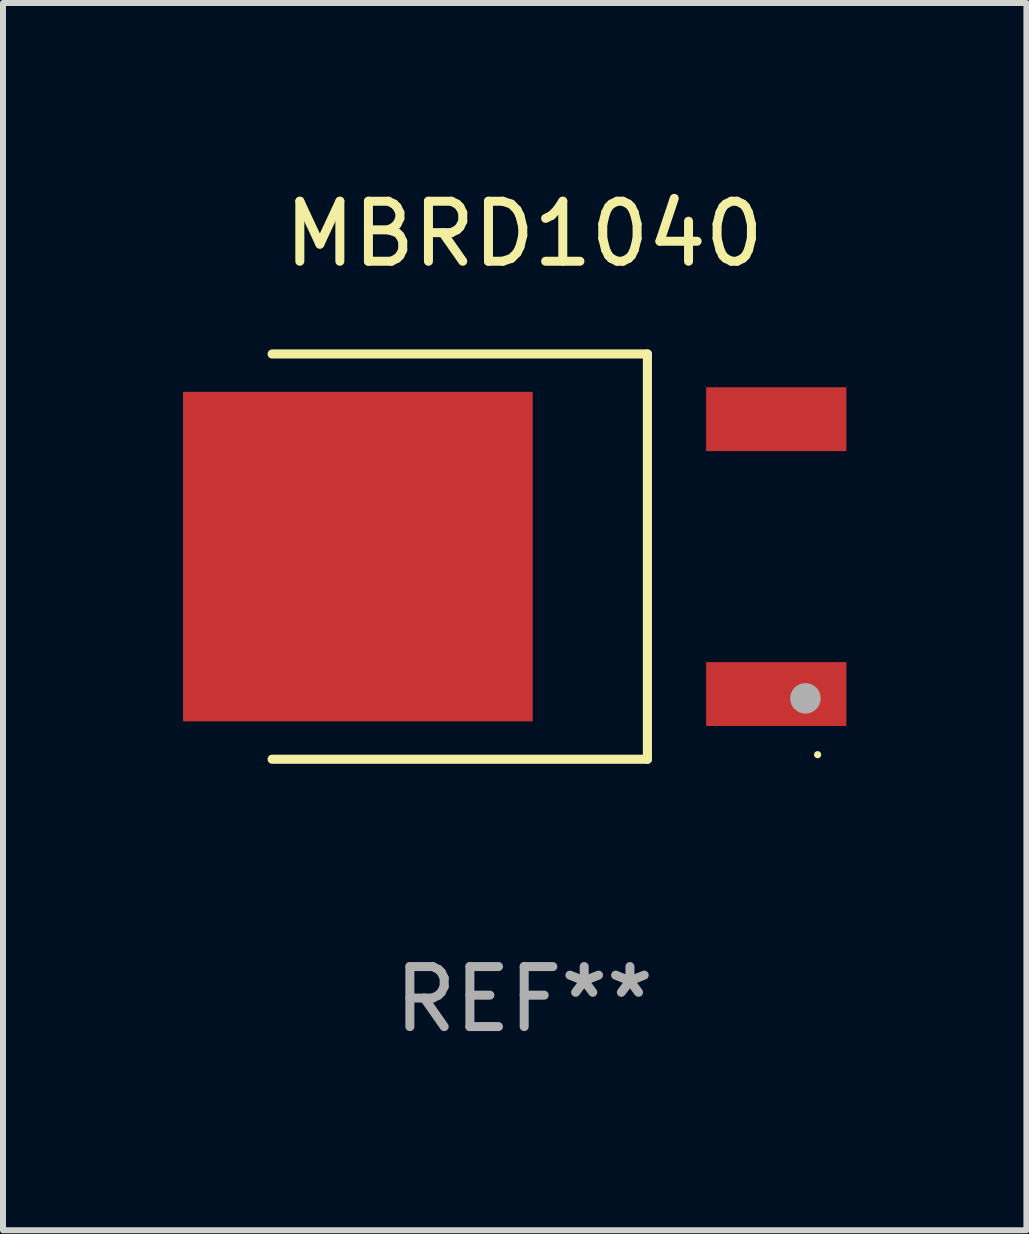
<source format=kicad_pcb>
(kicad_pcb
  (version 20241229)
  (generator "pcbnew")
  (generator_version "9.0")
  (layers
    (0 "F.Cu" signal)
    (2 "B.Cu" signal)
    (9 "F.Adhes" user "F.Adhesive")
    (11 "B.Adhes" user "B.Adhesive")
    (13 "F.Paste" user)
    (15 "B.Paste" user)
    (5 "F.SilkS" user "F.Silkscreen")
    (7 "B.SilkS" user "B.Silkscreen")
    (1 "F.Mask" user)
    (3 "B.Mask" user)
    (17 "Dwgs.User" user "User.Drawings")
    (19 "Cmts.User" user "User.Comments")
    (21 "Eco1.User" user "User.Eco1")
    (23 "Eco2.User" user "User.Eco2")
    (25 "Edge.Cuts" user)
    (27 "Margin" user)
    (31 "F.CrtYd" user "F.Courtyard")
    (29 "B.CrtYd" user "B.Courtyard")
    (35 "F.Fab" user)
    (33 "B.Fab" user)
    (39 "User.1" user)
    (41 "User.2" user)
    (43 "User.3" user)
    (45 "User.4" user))
  (footprint "MBRD1040"
    (layer "F.Cu")
    (at 5.684 6.224)
    (property "Reference" "MBRD1040" (at 0 -5.376 0) (layer "F.SilkS") (effects (font (size 1 1) (thickness 0.15))))
    (attr through_hole)
    (fp_line (start -4.2 -3.376) (end 2.053 -3.376) (stroke (width 0.152) (type solid)) (layer "F.SilkS"))
    (fp_line (start -4.2 3.376) (end 2.053 3.376) (stroke (width 0.152) (type solid)) (layer "F.SilkS"))
    (fp_line (start 2.053 3.376) (end 2.053 -3.376) (stroke (width 0.152) (type solid)) (layer "F.SilkS"))
    (fp_circle (center 4.889 3.3) (end 4.919 3.3) (stroke (width 0.06) (type solid)) (fill no) (layer "F.SilkS"))
    (fp_circle (center 4.686 2.362) (end 4.813 2.362) (stroke (width 0.254) (type solid)) (fill no) (layer "F.Fab"))
    (fp_text user "REF**" (at 0 7.376 0) (layer "F.Fab") (effects (font (size 1 1) (thickness 0.15))))
    (pad "1" smd rect (at 4.2 2.29) (size 2.336 1.064) (layers "F.Cu" "F.Mask" "F.Paste"))
    (pad "3" smd rect (at 4.2 -2.29) (size 2.336 1.064) (layers "F.Cu" "F.Mask" "F.Paste"))
    (pad "4" smd rect (at -2.771 0) (size 5.826 5.491) (layers "F.Cu" "F.Mask" "F.Paste")))
  (gr_rect
    (start -3 -3)
    (end 14.052 17.449)
    (stroke (width 0.1) (type default))
    (fill no)
    (layer "Edge.Cuts")))
</source>
